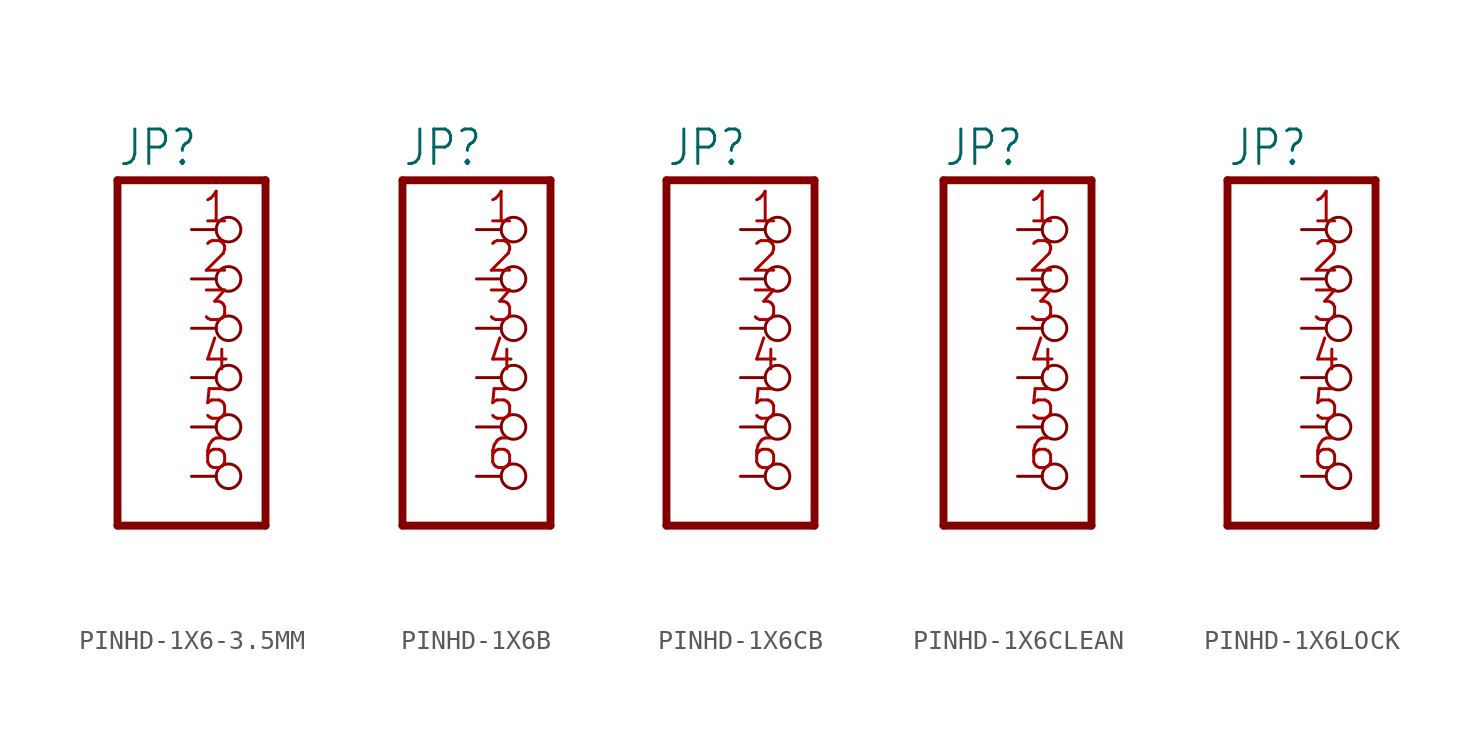
<source format=kicad_sym>
(kicad_symbol_lib
  (version 20241209)
  (generator "kicad_symbol_editor")
  (generator_version "9.0")
  (symbol "PINHD-1X6-3.5MM"
    (property "Reference" "JP"
      (at -6.35 10.795 0)
      (effects (font (size 1.778 1.511)) (justify left bottom)))
    (property "Value" ""
      (at -6.35 -10.16 0)
      (effects (font (size 1.778 1.511)) (justify left bottom)))
    (property "ki_locked" ""
      (at 0 0 0)
      (effects (font (size 1.27 1.27))))
    (symbol "PINHD-1X6-3.5MM_1_0"
      (polyline (pts (xy -6.35 10.16) (xy -6.35 -7.62)) (stroke (width 0.406) (type solid)) (fill (type none)))
      (polyline (pts (xy -6.35 -7.62) (xy 1.27 -7.62)) (stroke (width 0.406) (type solid)) (fill (type none)))
      (polyline (pts (xy 1.27 10.16) (xy -6.35 10.16)) (stroke (width 0.406) (type solid)) (fill (type none)))
      (polyline (pts (xy 1.27 -7.62) (xy 1.27 10.16)) (stroke (width 0.406) (type solid)) (fill (type none)))
      (pin passive inverted (at -2.54 7.62 0) (length 2.54) (name "1" (effects (font (size 0 0)))) (number "1" (effects (font (size 1.524 1.524)))))
      (pin passive inverted (at -2.54 5.08 0) (length 2.54) (name "2" (effects (font (size 0 0)))) (number "2" (effects (font (size 1.524 1.524)))))
      (pin passive inverted (at -2.54 2.54 0) (length 2.54) (name "3" (effects (font (size 0 0)))) (number "3" (effects (font (size 1.524 1.524)))))
      (pin passive inverted (at -2.54 0 0) (length 2.54) (name "4" (effects (font (size 0 0)))) (number "4" (effects (font (size 1.524 1.524)))))
      (pin passive inverted (at -2.54 -2.54 0) (length 2.54) (name "5" (effects (font (size 0 0)))) (number "5" (effects (font (size 1.524 1.524)))))
      (pin passive inverted (at -2.54 -5.08 0) (length 2.54) (name "6" (effects (font (size 0 0)))) (number "6" (effects (font (size 1.524 1.524)))))))
  (symbol "PINHD-1X6B"
    (property "Reference" "JP"
      (at -6.35 10.795 0)
      (effects (font (size 1.778 1.511)) (justify left bottom)))
    (property "Value" ""
      (at -6.35 -10.16 0)
      (effects (font (size 1.778 1.511)) (justify left bottom)))
    (property "ki_locked" ""
      (at 0 0 0)
      (effects (font (size 1.27 1.27))))
    (symbol "PINHD-1X6B_1_0"
      (polyline (pts (xy -6.35 10.16) (xy -6.35 -7.62)) (stroke (width 0.406) (type solid)) (fill (type none)))
      (polyline (pts (xy -6.35 -7.62) (xy 1.27 -7.62)) (stroke (width 0.406) (type solid)) (fill (type none)))
      (polyline (pts (xy 1.27 10.16) (xy -6.35 10.16)) (stroke (width 0.406) (type solid)) (fill (type none)))
      (polyline (pts (xy 1.27 -7.62) (xy 1.27 10.16)) (stroke (width 0.406) (type solid)) (fill (type none)))
      (pin passive inverted (at -2.54 7.62 0) (length 2.54) (name "1" (effects (font (size 0 0)))) (number "1" (effects (font (size 1.524 1.524)))))
      (pin passive inverted (at -2.54 5.08 0) (length 2.54) (name "2" (effects (font (size 0 0)))) (number "2" (effects (font (size 1.524 1.524)))))
      (pin passive inverted (at -2.54 2.54 0) (length 2.54) (name "3" (effects (font (size 0 0)))) (number "3" (effects (font (size 1.524 1.524)))))
      (pin passive inverted (at -2.54 0 0) (length 2.54) (name "4" (effects (font (size 0 0)))) (number "4" (effects (font (size 1.524 1.524)))))
      (pin passive inverted (at -2.54 -2.54 0) (length 2.54) (name "5" (effects (font (size 0 0)))) (number "5" (effects (font (size 1.524 1.524)))))
      (pin passive inverted (at -2.54 -5.08 0) (length 2.54) (name "6" (effects (font (size 0 0)))) (number "6" (effects (font (size 1.524 1.524)))))))
  (symbol "PINHD-1X6CB"
    (property "Reference" "JP"
      (at -6.35 10.795 0)
      (effects (font (size 1.778 1.511)) (justify left bottom)))
    (property "Value" ""
      (at -6.35 -10.16 0)
      (effects (font (size 1.778 1.511)) (justify left bottom)))
    (property "ki_locked" ""
      (at 0 0 0)
      (effects (font (size 1.27 1.27))))
    (symbol "PINHD-1X6CB_1_0"
      (polyline (pts (xy -6.35 10.16) (xy -6.35 -7.62)) (stroke (width 0.406) (type solid)) (fill (type none)))
      (polyline (pts (xy -6.35 -7.62) (xy 1.27 -7.62)) (stroke (width 0.406) (type solid)) (fill (type none)))
      (polyline (pts (xy 1.27 10.16) (xy -6.35 10.16)) (stroke (width 0.406) (type solid)) (fill (type none)))
      (polyline (pts (xy 1.27 -7.62) (xy 1.27 10.16)) (stroke (width 0.406) (type solid)) (fill (type none)))
      (pin passive inverted (at -2.54 7.62 0) (length 2.54) (name "1" (effects (font (size 0 0)))) (number "1" (effects (font (size 1.524 1.524)))))
      (pin passive inverted (at -2.54 5.08 0) (length 2.54) (name "2" (effects (font (size 0 0)))) (number "2" (effects (font (size 1.524 1.524)))))
      (pin passive inverted (at -2.54 2.54 0) (length 2.54) (name "3" (effects (font (size 0 0)))) (number "3" (effects (font (size 1.524 1.524)))))
      (pin passive inverted (at -2.54 0 0) (length 2.54) (name "4" (effects (font (size 0 0)))) (number "4" (effects (font (size 1.524 1.524)))))
      (pin passive inverted (at -2.54 -2.54 0) (length 2.54) (name "5" (effects (font (size 0 0)))) (number "5" (effects (font (size 1.524 1.524)))))
      (pin passive inverted (at -2.54 -5.08 0) (length 2.54) (name "6" (effects (font (size 0 0)))) (number "6" (effects (font (size 1.524 1.524)))))))
  (symbol "PINHD-1X6CLEAN"
    (property "Reference" "JP"
      (at -6.35 10.795 0)
      (effects (font (size 1.778 1.511)) (justify left bottom)))
    (property "Value" ""
      (at -6.35 -10.16 0)
      (effects (font (size 1.778 1.511)) (justify left bottom)))
    (property "ki_locked" ""
      (at 0 0 0)
      (effects (font (size 1.27 1.27))))
    (symbol "PINHD-1X6CLEAN_1_0"
      (polyline (pts (xy -6.35 10.16) (xy -6.35 -7.62)) (stroke (width 0.406) (type solid)) (fill (type none)))
      (polyline (pts (xy -6.35 -7.62) (xy 1.27 -7.62)) (stroke (width 0.406) (type solid)) (fill (type none)))
      (polyline (pts (xy 1.27 10.16) (xy -6.35 10.16)) (stroke (width 0.406) (type solid)) (fill (type none)))
      (polyline (pts (xy 1.27 -7.62) (xy 1.27 10.16)) (stroke (width 0.406) (type solid)) (fill (type none)))
      (pin passive inverted (at -2.54 7.62 0) (length 2.54) (name "1" (effects (font (size 0 0)))) (number "1" (effects (font (size 1.524 1.524)))))
      (pin passive inverted (at -2.54 5.08 0) (length 2.54) (name "2" (effects (font (size 0 0)))) (number "2" (effects (font (size 1.524 1.524)))))
      (pin passive inverted (at -2.54 2.54 0) (length 2.54) (name "3" (effects (font (size 0 0)))) (number "3" (effects (font (size 1.524 1.524)))))
      (pin passive inverted (at -2.54 0 0) (length 2.54) (name "4" (effects (font (size 0 0)))) (number "4" (effects (font (size 1.524 1.524)))))
      (pin passive inverted (at -2.54 -2.54 0) (length 2.54) (name "5" (effects (font (size 0 0)))) (number "5" (effects (font (size 1.524 1.524)))))
      (pin passive inverted (at -2.54 -5.08 0) (length 2.54) (name "6" (effects (font (size 0 0)))) (number "6" (effects (font (size 1.524 1.524)))))))
  (symbol "PINHD-1X6LOCK"
    (property "Reference" "JP"
      (at -6.35 10.795 0)
      (effects (font (size 1.778 1.511)) (justify left bottom)))
    (property "Value" ""
      (at -6.35 -10.16 0)
      (effects (font (size 1.778 1.511)) (justify left bottom)))
    (property "ki_locked" ""
      (at 0 0 0)
      (effects (font (size 1.27 1.27))))
    (symbol "PINHD-1X6LOCK_1_0"
      (polyline (pts (xy -6.35 10.16) (xy -6.35 -7.62)) (stroke (width 0.406) (type solid)) (fill (type none)))
      (polyline (pts (xy -6.35 -7.62) (xy 1.27 -7.62)) (stroke (width 0.406) (type solid)) (fill (type none)))
      (polyline (pts (xy 1.27 10.16) (xy -6.35 10.16)) (stroke (width 0.406) (type solid)) (fill (type none)))
      (polyline (pts (xy 1.27 -7.62) (xy 1.27 10.16)) (stroke (width 0.406) (type solid)) (fill (type none)))
      (pin passive inverted (at -2.54 7.62 0) (length 2.54) (name "1" (effects (font (size 0 0)))) (number "1" (effects (font (size 1.524 1.524)))))
      (pin passive inverted (at -2.54 5.08 0) (length 2.54) (name "2" (effects (font (size 0 0)))) (number "2" (effects (font (size 1.524 1.524)))))
      (pin passive inverted (at -2.54 2.54 0) (length 2.54) (name "3" (effects (font (size 0 0)))) (number "3" (effects (font (size 1.524 1.524)))))
      (pin passive inverted (at -2.54 0 0) (length 2.54) (name "4" (effects (font (size 0 0)))) (number "4" (effects (font (size 1.524 1.524)))))
      (pin passive inverted (at -2.54 -2.54 0) (length 2.54) (name "5" (effects (font (size 0 0)))) (number "5" (effects (font (size 1.524 1.524)))))
      (pin passive inverted (at -2.54 -5.08 0) (length 2.54) (name "6" (effects (font (size 0 0)))) (number "6" (effects (font (size 1.524 1.524))))))))
</source>
